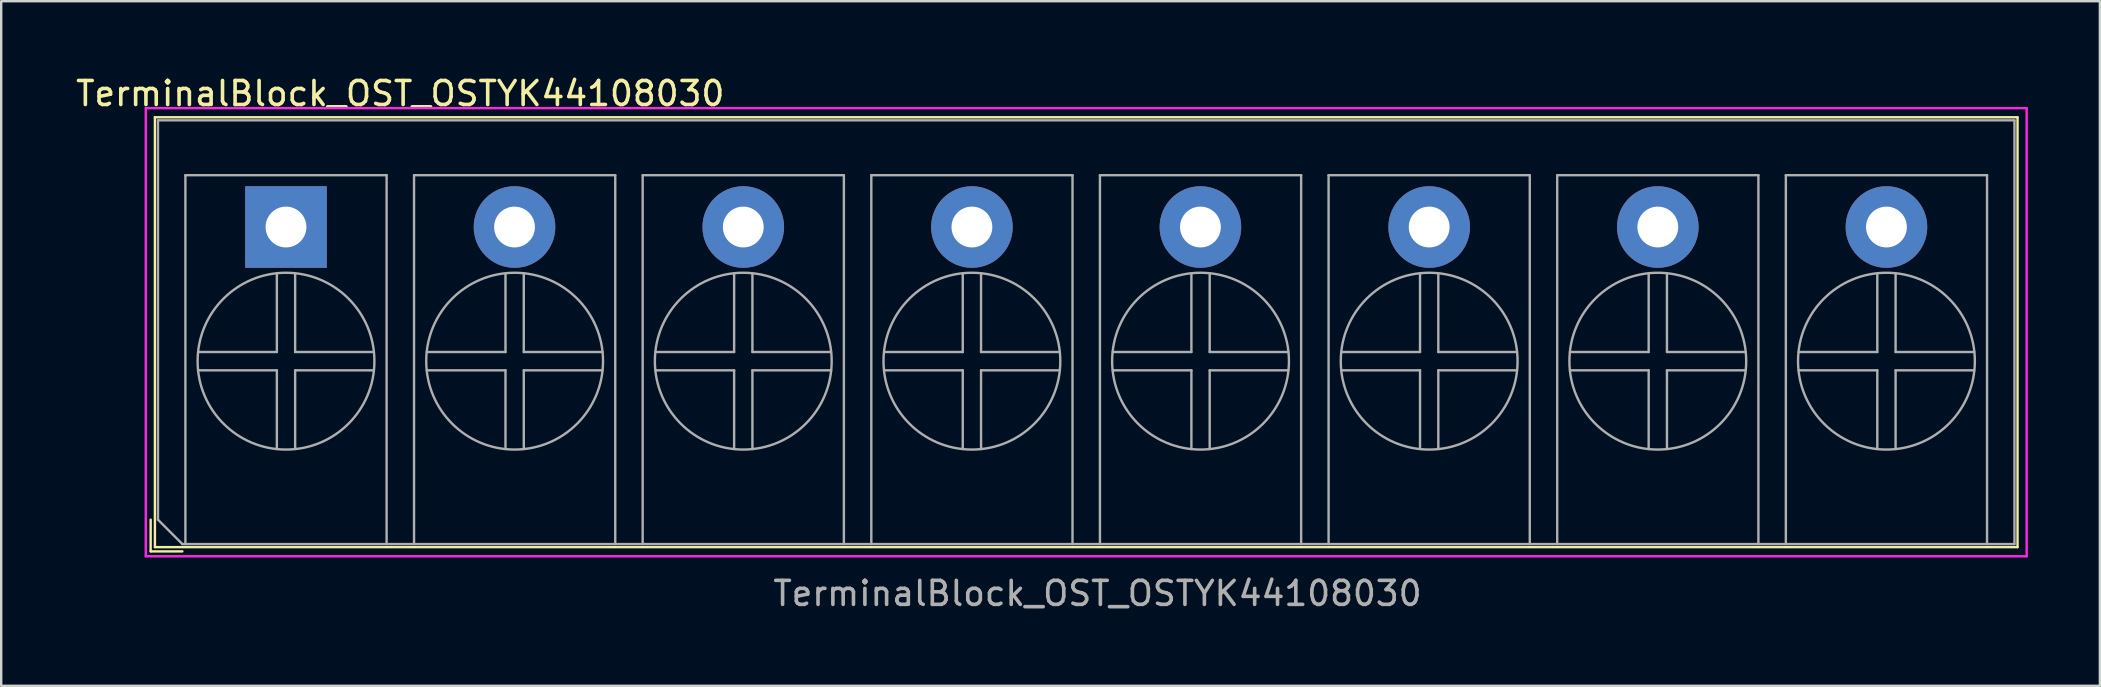
<source format=kicad_pcb>
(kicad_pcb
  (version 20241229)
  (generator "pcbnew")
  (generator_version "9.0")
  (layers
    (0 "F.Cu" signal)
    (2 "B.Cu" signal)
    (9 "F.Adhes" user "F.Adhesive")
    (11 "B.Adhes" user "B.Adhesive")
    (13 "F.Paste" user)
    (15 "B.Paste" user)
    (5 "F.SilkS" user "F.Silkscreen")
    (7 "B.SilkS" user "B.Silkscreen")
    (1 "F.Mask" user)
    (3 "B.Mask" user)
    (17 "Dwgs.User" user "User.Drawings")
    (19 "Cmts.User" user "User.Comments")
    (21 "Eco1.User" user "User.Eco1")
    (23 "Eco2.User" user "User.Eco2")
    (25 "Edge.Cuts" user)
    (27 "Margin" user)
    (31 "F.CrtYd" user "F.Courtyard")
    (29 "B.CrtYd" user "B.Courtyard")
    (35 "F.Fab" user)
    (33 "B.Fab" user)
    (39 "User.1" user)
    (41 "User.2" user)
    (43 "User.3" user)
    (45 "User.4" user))
  (footprint "TerminalBlock_OST_OSTYK44108030"
    (layer "F.Cu")
    (at 8.865 6.408)
    (property "Reference" "TerminalBlock_OST_OSTYK44108030" (at 4.76 -5.56 0) (layer "F.SilkS") (effects (font (size 1 1) (thickness 0.15))))
    (attr through_hole)
    (fp_line (start -5.639 12.192) (end -5.639 13.513) (stroke (width 0.1) (type solid)) (layer "F.SilkS"))
    (fp_line (start -5.639 13.513) (end -4.318 13.513) (stroke (width 0.1) (type solid)) (layer "F.SilkS"))
    (fp_line (start -5.461 -4.572) (end 72.136 -4.572) (stroke (width 0.1) (type solid)) (layer "F.SilkS"))
    (fp_line (start -5.461 13.335) (end -5.461 -4.572) (stroke (width 0.1) (type solid)) (layer "F.SilkS"))
    (fp_line (start 72.136 -4.572) (end 72.136 13.335) (stroke (width 0.1) (type solid)) (layer "F.SilkS"))
    (fp_line (start 72.136 13.335) (end -5.461 13.335) (stroke (width 0.1) (type solid)) (layer "F.SilkS"))
    (fp_line (start -5.842 -4.953) (end 72.517 -4.953) (stroke (width 0.1) (type solid)) (layer "F.CrtYd"))
    (fp_line (start -5.842 13.716) (end -5.842 -4.953) (stroke (width 0.1) (type solid)) (layer "F.CrtYd"))
    (fp_line (start 72.517 -4.953) (end 72.517 13.716) (stroke (width 0.1) (type solid)) (layer "F.CrtYd"))
    (fp_line (start 72.517 13.716) (end -5.842 13.716) (stroke (width 0.1) (type solid)) (layer "F.CrtYd"))
    (fp_line (start -5.334 -4.445) (end -5.334 12.192) (stroke (width 0.1) (type solid)) (layer "F.Fab"))
    (fp_line (start -5.334 -4.445) (end 72.009 -4.445) (stroke (width 0.1) (type solid)) (layer "F.Fab"))
    (fp_line (start -5.334 12.192) (end -4.318 13.208) (stroke (width 0.1) (type solid)) (layer "F.Fab"))
    (fp_line (start -4.318 13.208) (end 72.009 13.208) (stroke (width 0.1) (type solid)) (layer "F.Fab"))
    (fp_line (start -4.191 -2.159) (end 4.191 -2.159) (stroke (width 0.1) (type solid)) (layer "F.Fab"))
    (fp_line (start -4.191 13.208) (end -4.191 -2.159) (stroke (width 0.1) (type solid)) (layer "F.Fab"))
    (fp_line (start -0.381 1.93) (end -0.381 5.207) (stroke (width 0.1) (type solid)) (layer "F.Fab"))
    (fp_line (start -0.381 5.207) (end -3.658 5.207) (stroke (width 0.1) (type solid)) (layer "F.Fab"))
    (fp_line (start -0.381 5.969) (end -3.658 5.969) (stroke (width 0.1) (type solid)) (layer "F.Fab"))
    (fp_line (start -0.381 5.969) (end -0.381 9.246) (stroke (width 0.1) (type solid)) (layer "F.Fab"))
    (fp_line (start 0.381 1.93) (end 0.381 5.207) (stroke (width 0.1) (type solid)) (layer "F.Fab"))
    (fp_line (start 0.381 5.969) (end 0.381 9.246) (stroke (width 0.1) (type solid)) (layer "F.Fab"))
    (fp_line (start 3.658 5.207) (end 0.381 5.207) (stroke (width 0.1) (type solid)) (layer "F.Fab"))
    (fp_line (start 3.658 5.969) (end 0.381 5.969) (stroke (width 0.1) (type solid)) (layer "F.Fab"))
    (fp_line (start 4.191 -2.159) (end 4.191 13.208) (stroke (width 0.1) (type solid)) (layer "F.Fab"))
    (fp_line (start 5.334 -2.159) (end 13.716 -2.159) (stroke (width 0.1) (type solid)) (layer "F.Fab"))
    (fp_line (start 5.334 13.208) (end 5.334 -2.159) (stroke (width 0.1) (type solid)) (layer "F.Fab"))
    (fp_line (start 9.144 1.93) (end 9.144 5.207) (stroke (width 0.1) (type solid)) (layer "F.Fab"))
    (fp_line (start 9.144 5.207) (end 5.867 5.207) (stroke (width 0.1) (type solid)) (layer "F.Fab"))
    (fp_line (start 9.144 5.969) (end 5.867 5.969) (stroke (width 0.1) (type solid)) (layer "F.Fab"))
    (fp_line (start 9.144 5.969) (end 9.144 9.246) (stroke (width 0.1) (type solid)) (layer "F.Fab"))
    (fp_line (start 9.906 1.93) (end 9.906 5.207) (stroke (width 0.1) (type solid)) (layer "F.Fab"))
    (fp_line (start 9.906 5.969) (end 9.906 9.246) (stroke (width 0.1) (type solid)) (layer "F.Fab"))
    (fp_line (start 13.183 5.207) (end 9.906 5.207) (stroke (width 0.1) (type solid)) (layer "F.Fab"))
    (fp_line (start 13.183 5.969) (end 9.906 5.969) (stroke (width 0.1) (type solid)) (layer "F.Fab"))
    (fp_line (start 13.716 -2.159) (end 13.716 13.208) (stroke (width 0.1) (type solid)) (layer "F.Fab"))
    (fp_line (start 14.859 -2.159) (end 23.241 -2.159) (stroke (width 0.1) (type solid)) (layer "F.Fab"))
    (fp_line (start 14.859 13.208) (end 14.859 -2.159) (stroke (width 0.1) (type solid)) (layer "F.Fab"))
    (fp_line (start 18.669 1.93) (end 18.669 5.207) (stroke (width 0.1) (type solid)) (layer "F.Fab"))
    (fp_line (start 18.669 5.207) (end 15.392 5.207) (stroke (width 0.1) (type solid)) (layer "F.Fab"))
    (fp_line (start 18.669 5.969) (end 15.392 5.969) (stroke (width 0.1) (type solid)) (layer "F.Fab"))
    (fp_line (start 18.669 5.969) (end 18.669 9.246) (stroke (width 0.1) (type solid)) (layer "F.Fab"))
    (fp_line (start 19.431 1.93) (end 19.431 5.207) (stroke (width 0.1) (type solid)) (layer "F.Fab"))
    (fp_line (start 19.431 5.969) (end 19.431 9.246) (stroke (width 0.1) (type solid)) (layer "F.Fab"))
    (fp_line (start 22.708 5.207) (end 19.431 5.207) (stroke (width 0.1) (type solid)) (layer "F.Fab"))
    (fp_line (start 22.708 5.969) (end 19.431 5.969) (stroke (width 0.1) (type solid)) (layer "F.Fab"))
    (fp_line (start 23.241 -2.159) (end 23.241 13.208) (stroke (width 0.1) (type solid)) (layer "F.Fab"))
    (fp_line (start 24.384 -2.159) (end 32.766 -2.159) (stroke (width 0.1) (type solid)) (layer "F.Fab"))
    (fp_line (start 24.384 13.208) (end 24.384 -2.159) (stroke (width 0.1) (type solid)) (layer "F.Fab"))
    (fp_line (start 28.194 1.93) (end 28.194 5.207) (stroke (width 0.1) (type solid)) (layer "F.Fab"))
    (fp_line (start 28.194 5.207) (end 24.917 5.207) (stroke (width 0.1) (type solid)) (layer "F.Fab"))
    (fp_line (start 28.194 5.969) (end 24.917 5.969) (stroke (width 0.1) (type solid)) (layer "F.Fab"))
    (fp_line (start 28.194 5.969) (end 28.194 9.246) (stroke (width 0.1) (type solid)) (layer "F.Fab"))
    (fp_line (start 28.956 1.93) (end 28.956 5.207) (stroke (width 0.1) (type solid)) (layer "F.Fab"))
    (fp_line (start 28.956 5.969) (end 28.956 9.246) (stroke (width 0.1) (type solid)) (layer "F.Fab"))
    (fp_line (start 32.233 5.207) (end 28.956 5.207) (stroke (width 0.1) (type solid)) (layer "F.Fab"))
    (fp_line (start 32.233 5.969) (end 28.956 5.969) (stroke (width 0.1) (type solid)) (layer "F.Fab"))
    (fp_line (start 32.766 -2.159) (end 32.766 13.208) (stroke (width 0.1) (type solid)) (layer "F.Fab"))
    (fp_line (start 33.909 -2.159) (end 42.291 -2.159) (stroke (width 0.1) (type solid)) (layer "F.Fab"))
    (fp_line (start 33.909 13.208) (end 33.909 -2.159) (stroke (width 0.1) (type solid)) (layer "F.Fab"))
    (fp_line (start 37.719 1.93) (end 37.719 5.207) (stroke (width 0.1) (type solid)) (layer "F.Fab"))
    (fp_line (start 37.719 5.207) (end 34.442 5.207) (stroke (width 0.1) (type solid)) (layer "F.Fab"))
    (fp_line (start 37.719 5.969) (end 34.442 5.969) (stroke (width 0.1) (type solid)) (layer "F.Fab"))
    (fp_line (start 37.719 5.969) (end 37.719 9.246) (stroke (width 0.1) (type solid)) (layer "F.Fab"))
    (fp_line (start 38.481 1.93) (end 38.481 5.207) (stroke (width 0.1) (type solid)) (layer "F.Fab"))
    (fp_line (start 38.481 5.969) (end 38.481 9.246) (stroke (width 0.1) (type solid)) (layer "F.Fab"))
    (fp_line (start 41.758 5.207) (end 38.481 5.207) (stroke (width 0.1) (type solid)) (layer "F.Fab"))
    (fp_line (start 41.758 5.969) (end 38.481 5.969) (stroke (width 0.1) (type solid)) (layer "F.Fab"))
    (fp_line (start 42.291 -2.159) (end 42.291 13.208) (stroke (width 0.1) (type solid)) (layer "F.Fab"))
    (fp_line (start 43.434 -2.159) (end 51.816 -2.159) (stroke (width 0.1) (type solid)) (layer "F.Fab"))
    (fp_line (start 43.434 13.208) (end 43.434 -2.159) (stroke (width 0.1) (type solid)) (layer "F.Fab"))
    (fp_line (start 47.244 1.93) (end 47.244 5.207) (stroke (width 0.1) (type solid)) (layer "F.Fab"))
    (fp_line (start 47.244 5.207) (end 43.967 5.207) (stroke (width 0.1) (type solid)) (layer "F.Fab"))
    (fp_line (start 47.244 5.969) (end 43.967 5.969) (stroke (width 0.1) (type solid)) (layer "F.Fab"))
    (fp_line (start 47.244 5.969) (end 47.244 9.246) (stroke (width 0.1) (type solid)) (layer "F.Fab"))
    (fp_line (start 48.006 1.93) (end 48.006 5.207) (stroke (width 0.1) (type solid)) (layer "F.Fab"))
    (fp_line (start 48.006 5.969) (end 48.006 9.246) (stroke (width 0.1) (type solid)) (layer "F.Fab"))
    (fp_line (start 51.283 5.207) (end 48.006 5.207) (stroke (width 0.1) (type solid)) (layer "F.Fab"))
    (fp_line (start 51.283 5.969) (end 48.006 5.969) (stroke (width 0.1) (type solid)) (layer "F.Fab"))
    (fp_line (start 51.816 -2.159) (end 51.816 13.208) (stroke (width 0.1) (type solid)) (layer "F.Fab"))
    (fp_line (start 52.959 -2.159) (end 61.341 -2.159) (stroke (width 0.1) (type solid)) (layer "F.Fab"))
    (fp_line (start 52.959 13.208) (end 52.959 -2.159) (stroke (width 0.1) (type solid)) (layer "F.Fab"))
    (fp_line (start 56.769 1.93) (end 56.769 5.207) (stroke (width 0.1) (type solid)) (layer "F.Fab"))
    (fp_line (start 56.769 5.207) (end 53.492 5.207) (stroke (width 0.1) (type solid)) (layer "F.Fab"))
    (fp_line (start 56.769 5.969) (end 53.492 5.969) (stroke (width 0.1) (type solid)) (layer "F.Fab"))
    (fp_line (start 56.769 5.969) (end 56.769 9.246) (stroke (width 0.1) (type solid)) (layer "F.Fab"))
    (fp_line (start 57.531 1.93) (end 57.531 5.207) (stroke (width 0.1) (type solid)) (layer "F.Fab"))
    (fp_line (start 57.531 5.969) (end 57.531 9.246) (stroke (width 0.1) (type solid)) (layer "F.Fab"))
    (fp_line (start 60.808 5.207) (end 57.531 5.207) (stroke (width 0.1) (type solid)) (layer "F.Fab"))
    (fp_line (start 60.808 5.969) (end 57.531 5.969) (stroke (width 0.1) (type solid)) (layer "F.Fab"))
    (fp_line (start 61.341 -2.159) (end 61.341 13.208) (stroke (width 0.1) (type solid)) (layer "F.Fab"))
    (fp_line (start 62.484 -2.159) (end 70.866 -2.159) (stroke (width 0.1) (type solid)) (layer "F.Fab"))
    (fp_line (start 62.484 13.208) (end 62.484 -2.159) (stroke (width 0.1) (type solid)) (layer "F.Fab"))
    (fp_line (start 66.294 1.93) (end 66.294 5.207) (stroke (width 0.1) (type solid)) (layer "F.Fab"))
    (fp_line (start 66.294 5.207) (end 63.017 5.207) (stroke (width 0.1) (type solid)) (layer "F.Fab"))
    (fp_line (start 66.294 5.969) (end 63.017 5.969) (stroke (width 0.1) (type solid)) (layer "F.Fab"))
    (fp_line (start 66.294 5.969) (end 66.294 9.246) (stroke (width 0.1) (type solid)) (layer "F.Fab"))
    (fp_line (start 67.056 1.93) (end 67.056 5.207) (stroke (width 0.1) (type solid)) (layer "F.Fab"))
    (fp_line (start 67.056 5.969) (end 67.056 9.246) (stroke (width 0.1) (type solid)) (layer "F.Fab"))
    (fp_line (start 70.333 5.207) (end 67.056 5.207) (stroke (width 0.1) (type solid)) (layer "F.Fab"))
    (fp_line (start 70.333 5.969) (end 67.056 5.969) (stroke (width 0.1) (type solid)) (layer "F.Fab"))
    (fp_line (start 70.866 -2.159) (end 70.866 13.208) (stroke (width 0.1) (type solid)) (layer "F.Fab"))
    (fp_line (start 72.009 -4.445) (end 72.009 13.208) (stroke (width 0.1) (type solid)) (layer "F.Fab"))
    (fp_circle (center 0 5.588) (end 3.683 5.588) (stroke (width 0.1) (type solid)) (fill no) (layer "F.Fab"))
    (fp_circle (center 9.525 5.588) (end 13.208 5.588) (stroke (width 0.1) (type solid)) (fill no) (layer "F.Fab"))
    (fp_circle (center 19.05 5.588) (end 22.733 5.588) (stroke (width 0.1) (type solid)) (fill no) (layer "F.Fab"))
    (fp_circle (center 28.575 5.588) (end 32.258 5.588) (stroke (width 0.1) (type solid)) (fill no) (layer "F.Fab"))
    (fp_circle (center 38.1 5.588) (end 41.783 5.588) (stroke (width 0.1) (type solid)) (fill no) (layer "F.Fab"))
    (fp_circle (center 47.625 5.588) (end 51.308 5.588) (stroke (width 0.1) (type solid)) (fill no) (layer "F.Fab"))
    (fp_circle (center 57.15 5.588) (end 60.833 5.588) (stroke (width 0.1) (type solid)) (fill no) (layer "F.Fab"))
    (fp_circle (center 66.675 5.588) (end 70.358 5.588) (stroke (width 0.1) (type solid)) (fill no) (layer "F.Fab"))
    (fp_text user "${REFERENCE}" (at 33.807 15.265 0) (layer "F.Fab") (effects (font (size 1 1) (thickness 0.15))))
    (pad "1" thru_hole rect (at 0 0) (size 3.4 3.4) (drill 1.7) (layers "*.Cu" "*.Mask"))
    (pad "2" thru_hole circle (at 9.52 0) (size 3.4 3.4) (drill 1.7) (layers "*.Cu" "*.Mask"))
    (pad "3" thru_hole circle (at 19.05 0) (size 3.4 3.4) (drill 1.7) (layers "*.Cu" "*.Mask"))
    (pad "4" thru_hole circle (at 28.575 0) (size 3.4 3.4) (drill 1.7) (layers "*.Cu" "*.Mask"))
    (pad "5" thru_hole circle (at 38.095 0) (size 3.4 3.4) (drill 1.7) (layers "*.Cu" "*.Mask"))
    (pad "6" thru_hole circle (at 47.625 0) (size 3.4 3.4) (drill 1.7) (layers "*.Cu" "*.Mask"))
    (pad "7" thru_hole circle (at 57.15 0) (size 3.4 3.4) (drill 1.7) (layers "*.Cu" "*.Mask"))
    (pad "8" thru_hole circle (at 66.675 0) (size 3.4 3.4) (drill 1.7) (layers "*.Cu" "*.Mask")))
  (gr_rect
    (start -3 -3)
    (end 84.432 25.522)
    (stroke (width 0.1) (type default))
    (fill no)
    (layer "Edge.Cuts")))
</source>
